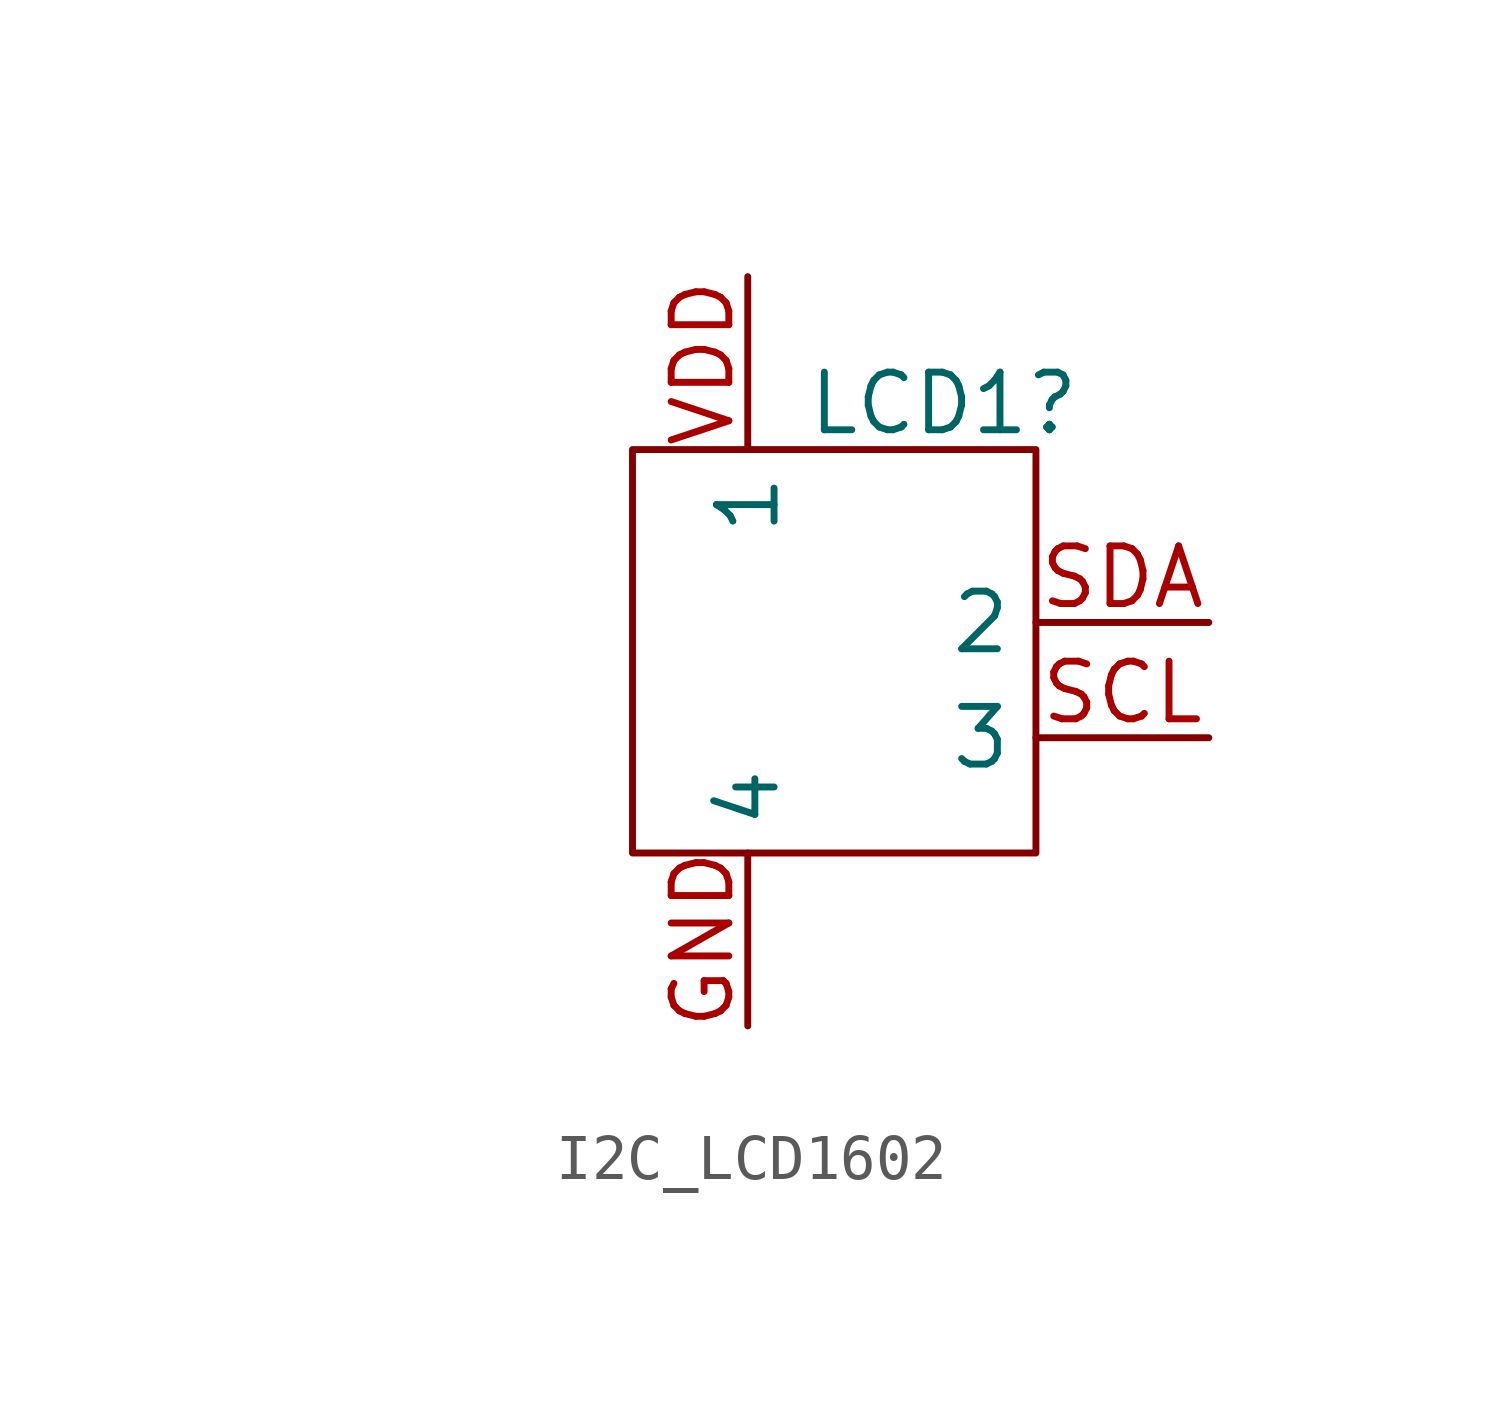
<source format=kicad_sym>
(kicad_symbol_lib
  (version 20231120)
  (generator "kicad_symbol_editor")
  (generator_version "8.0")
  (symbol "I2C_LCD1602"
    (property "Reference" "LCD1"
      (at 14.478 9.906 0)
      (effects (font (size 1.27 1.27))))
    (property "Value" ""
      (at 0 0 0)
      (effects (font (size 1.27 1.27))))
    (symbol "I2C_LCD1602_0_1"
      (rectangle (start 7.62 8.89) (end 16.51 0) (stroke (width 0) (type default)) (fill (type none))))
    (symbol "I2C_LCD1602_1_1"
      (pin input line (at 10.16 -3.81 90) (length 3.81) (name "4" (effects (font (size 1.27 1.27)))) (number "GND" (effects (font (size 1.27 1.27)))))
      (pin input line (at 20.32 2.54 180) (length 3.81) (name "3" (effects (font (size 1.27 1.27)))) (number "SCL" (effects (font (size 1.27 1.27)))))
      (pin input line (at 20.32 5.08 180) (length 3.81) (name "2" (effects (font (size 1.27 1.27)))) (number "SDA" (effects (font (size 1.27 1.27)))))
      (pin input line (at 10.16 12.7 270) (length 3.81) (name "1" (effects (font (size 1.27 1.27)))) (number "VDD" (effects (font (size 1.27 1.27))))))))
</source>
